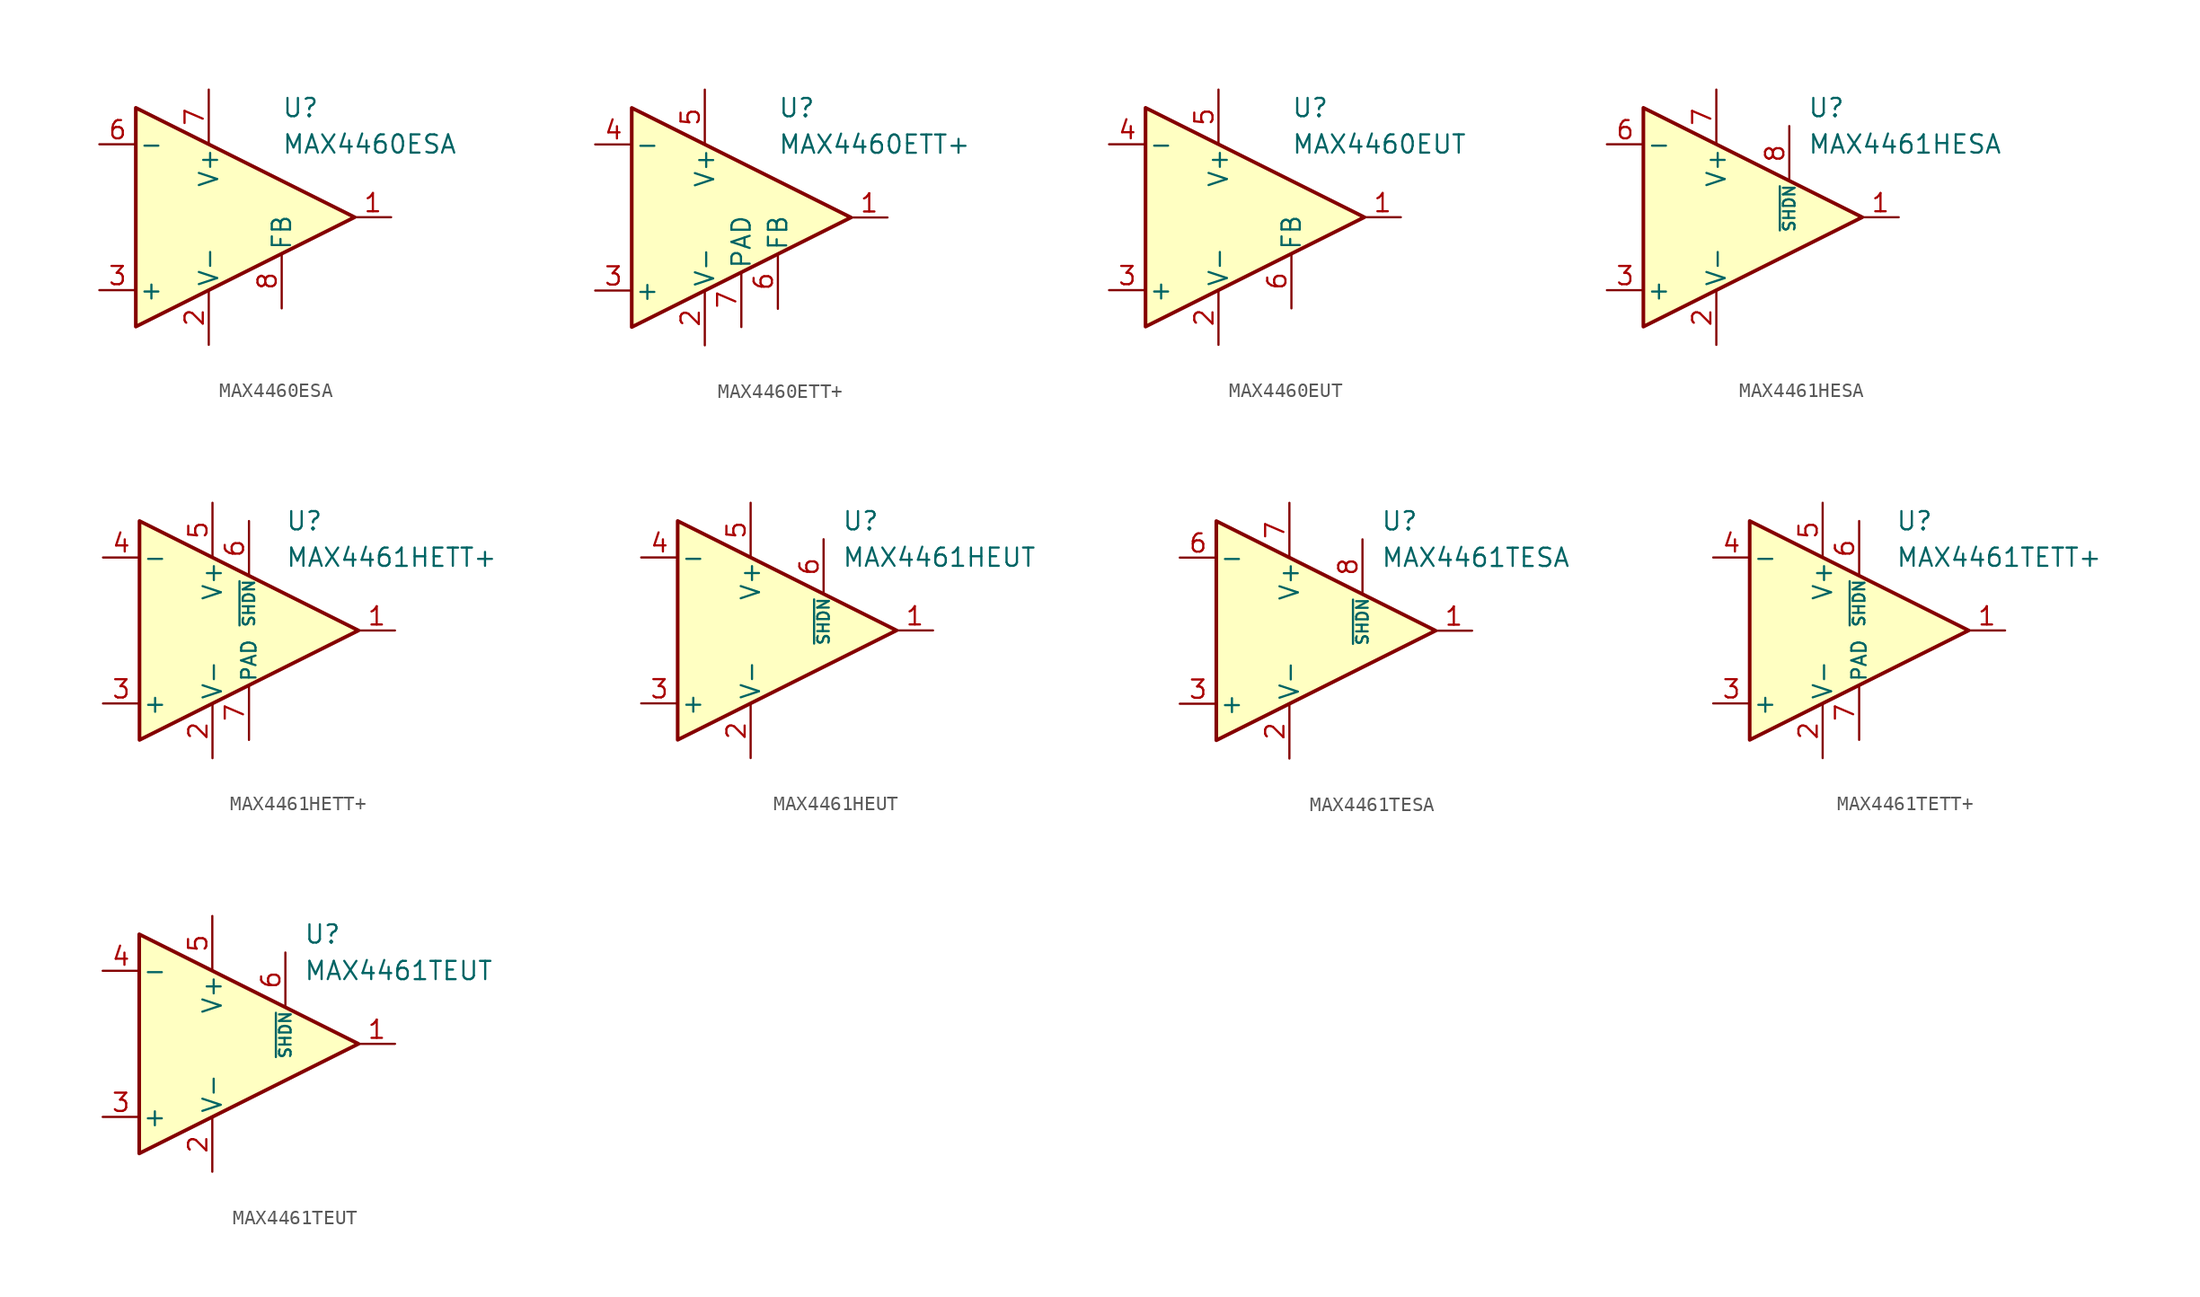
<source format=kicad_sym>
(kicad_symbol_lib
  (version 20211014)
  (generator kicad_symbol_editor)
  (symbol "MAX4460ESA"
    (pin_names
      (offset 0.2))
    (property "Reference" "U"
      (at 6.35 7.62 0)
      (effects (font (size 1.27 1.27)) (justify left)))
    (property "Value" "MAX4460ESA"
      (at 6.35 5.08 0)
      (effects (font (size 1.27 1.27)) (justify left)))
    (symbol "MAX4460ESA_0_1"
      (polyline (pts (xy -3.81 7.62) (xy -3.81 -7.62) (xy 11.43 0) (xy -3.81 7.62)) (stroke (width 0.254) (type default) (color 0 0 0 0)) (fill (type background))))
    (symbol "MAX4460ESA_1_1"
      (pin output line (at 13.97 0 180) (length 2.54) (name "~" (effects (font (size 1.27 1.27)))) (number "1" (effects (font (size 1.27 1.27)))))
      (pin power_in line (at 1.27 -8.89 90) (length 3.81) (name "V-" (effects (font (size 1.27 1.27)))) (number "2" (effects (font (size 1.27 1.27)))))
      (pin input line (at -6.35 -5.08 0) (length 2.54) (name "+" (effects (font (size 1.27 1.27)))) (number "3" (effects (font (size 1.27 1.27)))))
      (pin no_connect line (at -1.27 1.27 0) (length 2.54) hide (name "NC" (effects (font (size 1.27 1.27)))) (number "4" (effects (font (size 1.27 1.27)))))
      (pin no_connect line (at -1.27 -1.27 0) (length 2.54) hide (name "NC" (effects (font (size 1.27 1.27)))) (number "5" (effects (font (size 1.27 1.27)))))
      (pin input line (at -6.35 5.08 0) (length 2.54) (name "-" (effects (font (size 1.27 1.27)))) (number "6" (effects (font (size 1.27 1.27)))))
      (pin power_in line (at 1.27 8.89 270) (length 3.81) (name "V+" (effects (font (size 1.27 1.27)))) (number "7" (effects (font (size 1.27 1.27)))))
      (pin input line (at 6.35 -6.35 90) (length 3.81) (name "FB" (effects (font (size 1.27 1.27)))) (number "8" (effects (font (size 1.27 1.27)))))))
  (symbol "MAX4460ETT+"
    (pin_names
      (offset 0.2))
    (property "Reference" "U"
      (at 6.35 7.62 0)
      (effects (font (size 1.27 1.27)) (justify left)))
    (property "Value" "MAX4460ETT+"
      (at 6.35 5.08 0)
      (effects (font (size 1.27 1.27)) (justify left)))
    (symbol "MAX4460ETT+_0_1"
      (polyline (pts (xy -3.81 7.62) (xy -3.81 -7.62) (xy 11.43 0) (xy -3.81 7.62)) (stroke (width 0.254) (type default) (color 0 0 0 0)) (fill (type background))))
    (symbol "MAX4460ETT+_1_1"
      (pin output line (at 13.97 0 180) (length 2.54) (name "~" (effects (font (size 1.27 1.27)))) (number "1" (effects (font (size 1.27 1.27)))))
      (pin power_in line (at 1.27 -8.89 90) (length 3.81) (name "V-" (effects (font (size 1.27 1.27)))) (number "2" (effects (font (size 1.27 1.27)))))
      (pin input line (at -6.35 -5.08 0) (length 2.54) (name "+" (effects (font (size 1.27 1.27)))) (number "3" (effects (font (size 1.27 1.27)))))
      (pin input line (at -6.35 5.08 0) (length 2.54) (name "-" (effects (font (size 1.27 1.27)))) (number "4" (effects (font (size 1.27 1.27)))))
      (pin power_in line (at 1.27 8.89 270) (length 3.81) (name "V+" (effects (font (size 1.27 1.27)))) (number "5" (effects (font (size 1.27 1.27)))))
      (pin input line (at 6.35 -6.35 90) (length 3.81) (name "FB" (effects (font (size 1.27 1.27)))) (number "6" (effects (font (size 1.27 1.27)))))
      (pin power_in line (at 3.81 -7.62 90) (length 3.81) (name "PAD" (effects (font (size 1.27 1.27)))) (number "7" (effects (font (size 1.27 1.27)))))))
  (symbol "MAX4460EUT"
    (pin_names
      (offset 0.2))
    (property "Reference" "U"
      (at 6.35 7.62 0)
      (effects (font (size 1.27 1.27)) (justify left)))
    (property "Value" "MAX4460EUT"
      (at 6.35 5.08 0)
      (effects (font (size 1.27 1.27)) (justify left)))
    (symbol "MAX4460EUT_0_1"
      (polyline (pts (xy -3.81 7.62) (xy -3.81 -7.62) (xy 11.43 0) (xy -3.81 7.62)) (stroke (width 0.254) (type default) (color 0 0 0 0)) (fill (type background))))
    (symbol "MAX4460EUT_1_1"
      (pin output line (at 13.97 0 180) (length 2.54) (name "~" (effects (font (size 1.27 1.27)))) (number "1" (effects (font (size 1.27 1.27)))))
      (pin power_in line (at 1.27 -8.89 90) (length 3.81) (name "V-" (effects (font (size 1.27 1.27)))) (number "2" (effects (font (size 1.27 1.27)))))
      (pin input line (at -6.35 -5.08 0) (length 2.54) (name "+" (effects (font (size 1.27 1.27)))) (number "3" (effects (font (size 1.27 1.27)))))
      (pin input line (at -6.35 5.08 0) (length 2.54) (name "-" (effects (font (size 1.27 1.27)))) (number "4" (effects (font (size 1.27 1.27)))))
      (pin power_in line (at 1.27 8.89 270) (length 3.81) (name "V+" (effects (font (size 1.27 1.27)))) (number "5" (effects (font (size 1.27 1.27)))))
      (pin input line (at 6.35 -6.35 90) (length 3.81) (name "FB" (effects (font (size 1.27 1.27)))) (number "6" (effects (font (size 1.27 1.27)))))))
  (symbol "MAX4461HESA"
    (pin_names
      (offset 0.2))
    (property "Reference" "U"
      (at 7.62 7.62 0)
      (effects (font (size 1.27 1.27)) (justify left)))
    (property "Value" "MAX4461HESA"
      (at 7.62 5.08 0)
      (effects (font (size 1.27 1.27)) (justify left)))
    (symbol "MAX4461HESA_0_1"
      (polyline (pts (xy -3.81 7.62) (xy -3.81 -7.62) (xy 11.43 0) (xy -3.81 7.62)) (stroke (width 0.254) (type default) (color 0 0 0 0)) (fill (type background))))
    (symbol "MAX4461HESA_1_1"
      (pin output line (at 13.97 0 180) (length 2.54) (name "~" (effects (font (size 1.27 1.27)))) (number "1" (effects (font (size 1.27 1.27)))))
      (pin power_in line (at 1.27 -8.89 90) (length 3.81) (name "V-" (effects (font (size 1.27 1.27)))) (number "2" (effects (font (size 1.27 1.27)))))
      (pin input line (at -6.35 -5.08 0) (length 2.54) (name "+" (effects (font (size 1.27 1.27)))) (number "3" (effects (font (size 1.27 1.27)))))
      (pin no_connect line (at -1.27 1.27 0) (length 2.54) hide (name "NC" (effects (font (size 1.27 1.27)))) (number "4" (effects (font (size 1.27 1.27)))))
      (pin no_connect line (at -1.27 -1.27 0) (length 2.54) hide (name "NC" (effects (font (size 1.27 1.27)))) (number "5" (effects (font (size 1.27 1.27)))))
      (pin input line (at -6.35 5.08 0) (length 2.54) (name "-" (effects (font (size 1.27 1.27)))) (number "6" (effects (font (size 1.27 1.27)))))
      (pin power_in line (at 1.27 8.89 270) (length 3.81) (name "V+" (effects (font (size 1.27 1.27)))) (number "7" (effects (font (size 1.27 1.27)))))
      (pin input line (at 6.35 6.35 270) (length 3.81) (name "~{SHDN}" (effects (font (size 0.8 0.8)))) (number "8" (effects (font (size 1.27 1.27)))))))
  (symbol "MAX4461HETT+"
    (pin_names
      (offset 0.2))
    (property "Reference" "U"
      (at 6.35 7.62 0)
      (effects (font (size 1.27 1.27)) (justify left)))
    (property "Value" "MAX4461HETT+"
      (at 6.35 5.08 0)
      (effects (font (size 1.27 1.27)) (justify left)))
    (symbol "MAX4461HETT+_0_1"
      (polyline (pts (xy -3.81 7.62) (xy -3.81 -7.62) (xy 11.43 0) (xy -3.81 7.62)) (stroke (width 0.254) (type default) (color 0 0 0 0)) (fill (type background))))
    (symbol "MAX4461HETT+_1_1"
      (pin output line (at 13.97 0 180) (length 2.54) (name "~" (effects (font (size 1.27 1.27)))) (number "1" (effects (font (size 1.27 1.27)))))
      (pin power_in line (at 1.27 -8.89 90) (length 3.81) (name "V-" (effects (font (size 1.27 1.27)))) (number "2" (effects (font (size 1.27 1.27)))))
      (pin input line (at -6.35 -5.08 0) (length 2.54) (name "+" (effects (font (size 1.27 1.27)))) (number "3" (effects (font (size 1.27 1.27)))))
      (pin input line (at -6.35 5.08 0) (length 2.54) (name "-" (effects (font (size 1.27 1.27)))) (number "4" (effects (font (size 1.27 1.27)))))
      (pin power_in line (at 1.27 8.89 270) (length 3.81) (name "V+" (effects (font (size 1.27 1.27)))) (number "5" (effects (font (size 1.27 1.27)))))
      (pin input line (at 3.81 7.62 270) (length 3.81) (name "~{SHDN}" (effects (font (size 0.8 0.8)))) (number "6" (effects (font (size 1.27 1.27)))))
      (pin power_in line (at 3.81 -7.62 90) (length 3.81) (name "PAD" (effects (font (size 1 1)))) (number "7" (effects (font (size 1.27 1.27)))))))
  (symbol "MAX4461HEUT"
    (pin_names
      (offset 0.2))
    (property "Reference" "U"
      (at 7.62 7.62 0)
      (effects (font (size 1.27 1.27)) (justify left)))
    (property "Value" "MAX4461HEUT"
      (at 7.62 5.08 0)
      (effects (font (size 1.27 1.27)) (justify left)))
    (symbol "MAX4461HEUT_0_1"
      (polyline (pts (xy -3.81 7.62) (xy -3.81 -7.62) (xy 11.43 0) (xy -3.81 7.62)) (stroke (width 0.254) (type default) (color 0 0 0 0)) (fill (type background))))
    (symbol "MAX4461HEUT_1_1"
      (pin output line (at 13.97 0 180) (length 2.54) (name "~" (effects (font (size 1.27 1.27)))) (number "1" (effects (font (size 1.27 1.27)))))
      (pin power_in line (at 1.27 -8.89 90) (length 3.81) (name "V-" (effects (font (size 1.27 1.27)))) (number "2" (effects (font (size 1.27 1.27)))))
      (pin input line (at -6.35 -5.08 0) (length 2.54) (name "+" (effects (font (size 1.27 1.27)))) (number "3" (effects (font (size 1.27 1.27)))))
      (pin input line (at -6.35 5.08 0) (length 2.54) (name "-" (effects (font (size 1.27 1.27)))) (number "4" (effects (font (size 1.27 1.27)))))
      (pin power_in line (at 1.27 8.89 270) (length 3.81) (name "V+" (effects (font (size 1.27 1.27)))) (number "5" (effects (font (size 1.27 1.27)))))
      (pin input line (at 6.35 6.35 270) (length 3.81) (name "~{SHDN}" (effects (font (size 0.8 0.8)))) (number "6" (effects (font (size 1.27 1.27)))))))
  (symbol "MAX4461TESA"
    (pin_names
      (offset 0.2))
    (property "Reference" "U"
      (at 7.62 7.62 0)
      (effects (font (size 1.27 1.27)) (justify left)))
    (property "Value" "MAX4461TESA"
      (at 7.62 5.08 0)
      (effects (font (size 1.27 1.27)) (justify left)))
    (symbol "MAX4461TESA_0_1"
      (polyline (pts (xy -3.81 7.62) (xy -3.81 -7.62) (xy 11.43 0) (xy -3.81 7.62)) (stroke (width 0.254) (type default) (color 0 0 0 0)) (fill (type background))))
    (symbol "MAX4461TESA_1_1"
      (pin output line (at 13.97 0 180) (length 2.54) (name "~" (effects (font (size 1.27 1.27)))) (number "1" (effects (font (size 1.27 1.27)))))
      (pin power_in line (at 1.27 -8.89 90) (length 3.81) (name "V-" (effects (font (size 1.27 1.27)))) (number "2" (effects (font (size 1.27 1.27)))))
      (pin input line (at -6.35 -5.08 0) (length 2.54) (name "+" (effects (font (size 1.27 1.27)))) (number "3" (effects (font (size 1.27 1.27)))))
      (pin no_connect line (at -1.27 1.27 0) (length 2.54) hide (name "NC" (effects (font (size 1.27 1.27)))) (number "4" (effects (font (size 1.27 1.27)))))
      (pin no_connect line (at -1.27 -1.27 0) (length 2.54) hide (name "NC" (effects (font (size 1.27 1.27)))) (number "5" (effects (font (size 1.27 1.27)))))
      (pin input line (at -6.35 5.08 0) (length 2.54) (name "-" (effects (font (size 1.27 1.27)))) (number "6" (effects (font (size 1.27 1.27)))))
      (pin power_in line (at 1.27 8.89 270) (length 3.81) (name "V+" (effects (font (size 1.27 1.27)))) (number "7" (effects (font (size 1.27 1.27)))))
      (pin input line (at 6.35 6.35 270) (length 3.81) (name "~{SHDN}" (effects (font (size 0.8 0.8)))) (number "8" (effects (font (size 1.27 1.27)))))))
  (symbol "MAX4461TETT+"
    (pin_names
      (offset 0.2))
    (property "Reference" "U"
      (at 6.35 7.62 0)
      (effects (font (size 1.27 1.27)) (justify left)))
    (property "Value" "MAX4461TETT+"
      (at 6.35 5.08 0)
      (effects (font (size 1.27 1.27)) (justify left)))
    (symbol "MAX4461TETT+_0_1"
      (polyline (pts (xy -3.81 7.62) (xy -3.81 -7.62) (xy 11.43 0) (xy -3.81 7.62)) (stroke (width 0.254) (type default) (color 0 0 0 0)) (fill (type background))))
    (symbol "MAX4461TETT+_1_1"
      (pin output line (at 13.97 0 180) (length 2.54) (name "~" (effects (font (size 1.27 1.27)))) (number "1" (effects (font (size 1.27 1.27)))))
      (pin power_in line (at 1.27 -8.89 90) (length 3.81) (name "V-" (effects (font (size 1.27 1.27)))) (number "2" (effects (font (size 1.27 1.27)))))
      (pin input line (at -6.35 -5.08 0) (length 2.54) (name "+" (effects (font (size 1.27 1.27)))) (number "3" (effects (font (size 1.27 1.27)))))
      (pin input line (at -6.35 5.08 0) (length 2.54) (name "-" (effects (font (size 1.27 1.27)))) (number "4" (effects (font (size 1.27 1.27)))))
      (pin power_in line (at 1.27 8.89 270) (length 3.81) (name "V+" (effects (font (size 1.27 1.27)))) (number "5" (effects (font (size 1.27 1.27)))))
      (pin input line (at 3.81 7.62 270) (length 3.81) (name "~{SHDN}" (effects (font (size 0.8 0.8)))) (number "6" (effects (font (size 1.27 1.27)))))
      (pin power_in line (at 3.81 -7.62 90) (length 3.81) (name "PAD" (effects (font (size 1 1)))) (number "7" (effects (font (size 1.27 1.27)))))))
  (symbol "MAX4461TEUT"
    (pin_names
      (offset 0.2))
    (property "Reference" "U"
      (at 7.62 7.62 0)
      (effects (font (size 1.27 1.27)) (justify left)))
    (property "Value" "MAX4461TEUT"
      (at 7.62 5.08 0)
      (effects (font (size 1.27 1.27)) (justify left)))
    (symbol "MAX4461TEUT_0_1"
      (polyline (pts (xy -3.81 7.62) (xy -3.81 -7.62) (xy 11.43 0) (xy -3.81 7.62)) (stroke (width 0.254) (type default) (color 0 0 0 0)) (fill (type background))))
    (symbol "MAX4461TEUT_1_1"
      (pin output line (at 13.97 0 180) (length 2.54) (name "~" (effects (font (size 1.27 1.27)))) (number "1" (effects (font (size 1.27 1.27)))))
      (pin power_in line (at 1.27 -8.89 90) (length 3.81) (name "V-" (effects (font (size 1.27 1.27)))) (number "2" (effects (font (size 1.27 1.27)))))
      (pin input line (at -6.35 -5.08 0) (length 2.54) (name "+" (effects (font (size 1.27 1.27)))) (number "3" (effects (font (size 1.27 1.27)))))
      (pin input line (at -6.35 5.08 0) (length 2.54) (name "-" (effects (font (size 1.27 1.27)))) (number "4" (effects (font (size 1.27 1.27)))))
      (pin power_in line (at 1.27 8.89 270) (length 3.81) (name "V+" (effects (font (size 1.27 1.27)))) (number "5" (effects (font (size 1.27 1.27)))))
      (pin input line (at 6.35 6.35 270) (length 3.81) (name "~{SHDN}" (effects (font (size 0.8 0.8)))) (number "6" (effects (font (size 1.27 1.27))))))))
</source>
